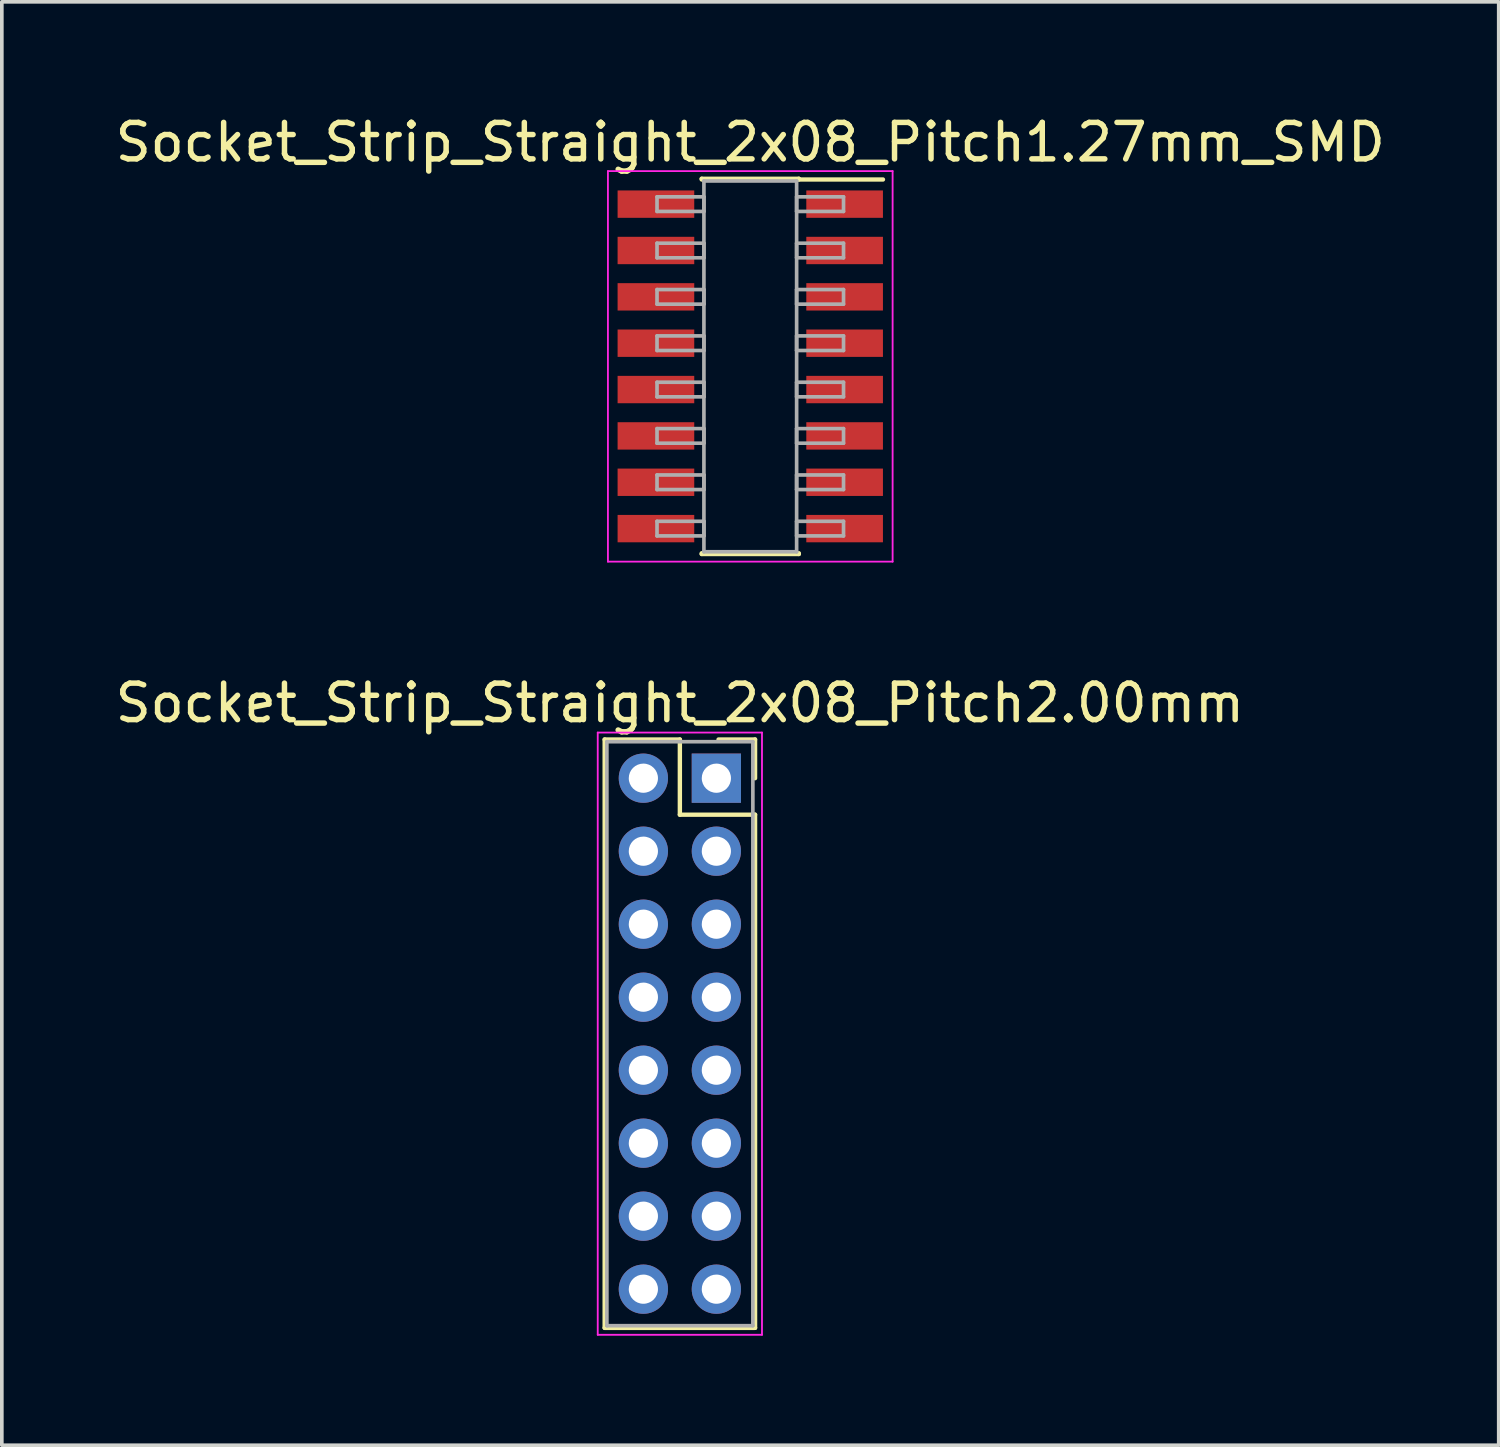
<source format=kicad_pcb>
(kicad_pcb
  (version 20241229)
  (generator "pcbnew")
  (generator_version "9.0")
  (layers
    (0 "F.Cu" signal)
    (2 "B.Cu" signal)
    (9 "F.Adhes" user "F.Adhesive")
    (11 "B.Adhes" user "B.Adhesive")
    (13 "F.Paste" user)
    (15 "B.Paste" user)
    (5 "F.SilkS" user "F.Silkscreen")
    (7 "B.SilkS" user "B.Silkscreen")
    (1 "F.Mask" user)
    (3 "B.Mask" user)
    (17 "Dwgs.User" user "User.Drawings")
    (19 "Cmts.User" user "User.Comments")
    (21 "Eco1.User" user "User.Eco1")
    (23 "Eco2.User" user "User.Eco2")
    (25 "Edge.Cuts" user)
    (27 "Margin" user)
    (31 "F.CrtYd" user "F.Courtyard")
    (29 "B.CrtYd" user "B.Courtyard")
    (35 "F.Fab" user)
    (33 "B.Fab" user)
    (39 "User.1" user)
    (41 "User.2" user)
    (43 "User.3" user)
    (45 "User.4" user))
  (footprint "Socket_Strip_Straight_2x08_Pitch2.00mm"
    (layer "F.Cu")
    (at 16.577 18.271)
    (property "Reference" "Socket_Strip_Straight_2x08_Pitch2.00mm" (at -1 -2.06 0) (layer "F.SilkS") (effects (font (size 1 1) (thickness 0.15))))
    (attr through_hole)
    (fp_line (start -3.06 -1.06) (end -1 -1.06) (stroke (width 0.12) (type solid)) (layer "F.SilkS"))
    (fp_line (start -3.06 15.06) (end -3.06 -1.06) (stroke (width 0.12) (type solid)) (layer "F.SilkS"))
    (fp_line (start -1 -1.06) (end -1 1) (stroke (width 0.12) (type solid)) (layer "F.SilkS"))
    (fp_line (start -1 1) (end 1.06 1) (stroke (width 0.12) (type solid)) (layer "F.SilkS"))
    (fp_line (start 1.06 -1.06) (end 0.06 -1.06) (stroke (width 0.12) (type solid)) (layer "F.SilkS"))
    (fp_line (start 1.06 0) (end 1.06 -1.06) (stroke (width 0.12) (type solid)) (layer "F.SilkS"))
    (fp_line (start 1.06 1) (end 1.06 15.06) (stroke (width 0.12) (type solid)) (layer "F.SilkS"))
    (fp_line (start 1.06 15.06) (end -3.06 15.06) (stroke (width 0.12) (type solid)) (layer "F.SilkS"))
    (fp_line (start -3.25 -1.25) (end -3.25 15.25) (stroke (width 0.05) (type solid)) (layer "F.CrtYd"))
    (fp_line (start -3.25 15.25) (end 1.25 15.25) (stroke (width 0.05) (type solid)) (layer "F.CrtYd"))
    (fp_line (start 1.25 -1.25) (end -3.25 -1.25) (stroke (width 0.05) (type solid)) (layer "F.CrtYd"))
    (fp_line (start 1.25 15.25) (end 1.25 -1.25) (stroke (width 0.05) (type solid)) (layer "F.CrtYd"))
    (fp_line (start -3 -1) (end -3 15) (stroke (width 0.1) (type solid)) (layer "F.Fab"))
    (fp_line (start -3 15) (end 1 15) (stroke (width 0.1) (type solid)) (layer "F.Fab"))
    (fp_line (start 1 -1) (end -3 -1) (stroke (width 0.1) (type solid)) (layer "F.Fab"))
    (fp_line (start 1 15) (end 1 -1) (stroke (width 0.1) (type solid)) (layer "F.Fab"))
    (pad "1" thru_hole rect (at 0 0) (size 1.35 1.35) (drill 0.8) (layers "*.Cu" "*.Mask"))
    (pad "2" thru_hole oval (at -2 0) (size 1.35 1.35) (drill 0.8) (layers "*.Cu" "*.Mask"))
    (pad "3" thru_hole oval (at 0 2) (size 1.35 1.35) (drill 0.8) (layers "*.Cu" "*.Mask"))
    (pad "4" thru_hole oval (at -2 2) (size 1.35 1.35) (drill 0.8) (layers "*.Cu" "*.Mask"))
    (pad "5" thru_hole oval (at 0 4) (size 1.35 1.35) (drill 0.8) (layers "*.Cu" "*.Mask"))
    (pad "6" thru_hole oval (at -2 4) (size 1.35 1.35) (drill 0.8) (layers "*.Cu" "*.Mask"))
    (pad "7" thru_hole oval (at 0 6) (size 1.35 1.35) (drill 0.8) (layers "*.Cu" "*.Mask"))
    (pad "8" thru_hole oval (at -2 6) (size 1.35 1.35) (drill 0.8) (layers "*.Cu" "*.Mask"))
    (pad "9" thru_hole oval (at 0 8) (size 1.35 1.35) (drill 0.8) (layers "*.Cu" "*.Mask"))
    (pad "10" thru_hole oval (at -2 8) (size 1.35 1.35) (drill 0.8) (layers "*.Cu" "*.Mask"))
    (pad "11" thru_hole oval (at 0 10) (size 1.35 1.35) (drill 0.8) (layers "*.Cu" "*.Mask"))
    (pad "12" thru_hole oval (at -2 10) (size 1.35 1.35) (drill 0.8) (layers "*.Cu" "*.Mask"))
    (pad "13" thru_hole oval (at 0 12) (size 1.35 1.35) (drill 0.8) (layers "*.Cu" "*.Mask"))
    (pad "14" thru_hole oval (at -2 12) (size 1.35 1.35) (drill 0.8) (layers "*.Cu" "*.Mask"))
    (pad "15" thru_hole oval (at 0 14) (size 1.35 1.35) (drill 0.8) (layers "*.Cu" "*.Mask"))
    (pad "16" thru_hole oval (at -2 14) (size 1.35 1.35) (drill 0.8) (layers "*.Cu" "*.Mask")))
  (footprint "Socket_Strip_Straight_2x08_Pitch1.27mm_SMD"
    (layer "F.Cu")
    (at 17.506 6.988)
    (property "Reference" "Socket_Strip_Straight_2x08_Pitch1.27mm_SMD" (at 0 -6.14 0) (layer "F.SilkS") (effects (font (size 1 1) (thickness 0.15))))
    (attr smd)
    (fp_line (start -1.33 -5.14) (end 1.33 -5.14) (stroke (width 0.12) (type solid)) (layer "F.SilkS"))
    (fp_line (start -1.33 -5.12) (end -1.33 -5.14) (stroke (width 0.12) (type solid)) (layer "F.SilkS"))
    (fp_line (start -1.33 5.12) (end -1.33 5.14) (stroke (width 0.12) (type solid)) (layer "F.SilkS"))
    (fp_line (start -1.33 5.14) (end 1.33 5.14) (stroke (width 0.12) (type solid)) (layer "F.SilkS"))
    (fp_line (start 1.33 -5.14) (end 1.33 -5.12) (stroke (width 0.12) (type solid)) (layer "F.SilkS"))
    (fp_line (start 1.33 5.14) (end 1.33 5.12) (stroke (width 0.12) (type solid)) (layer "F.SilkS"))
    (fp_line (start 3.635 -5.12) (end 1.33 -5.12) (stroke (width 0.12) (type solid)) (layer "F.SilkS"))
    (fp_line (start -3.9 -5.35) (end -3.9 5.35) (stroke (width 0.05) (type solid)) (layer "F.CrtYd"))
    (fp_line (start -3.9 5.35) (end 3.9 5.35) (stroke (width 0.05) (type solid)) (layer "F.CrtYd"))
    (fp_line (start 3.9 -5.35) (end -3.9 -5.35) (stroke (width 0.05) (type solid)) (layer "F.CrtYd"))
    (fp_line (start 3.9 5.35) (end 3.9 -5.35) (stroke (width 0.05) (type solid)) (layer "F.CrtYd"))
    (fp_line (start -2.555 -4.645) (end -1.27 -4.645) (stroke (width 0.1) (type solid)) (layer "F.Fab"))
    (fp_line (start -2.555 -4.245) (end -2.555 -4.645) (stroke (width 0.1) (type solid)) (layer "F.Fab"))
    (fp_line (start -2.555 -3.375) (end -1.27 -3.375) (stroke (width 0.1) (type solid)) (layer "F.Fab"))
    (fp_line (start -2.555 -2.975) (end -2.555 -3.375) (stroke (width 0.1) (type solid)) (layer "F.Fab"))
    (fp_line (start -2.555 -2.105) (end -1.27 -2.105) (stroke (width 0.1) (type solid)) (layer "F.Fab"))
    (fp_line (start -2.555 -1.705) (end -2.555 -2.105) (stroke (width 0.1) (type solid)) (layer "F.Fab"))
    (fp_line (start -2.555 -0.835) (end -1.27 -0.835) (stroke (width 0.1) (type solid)) (layer "F.Fab"))
    (fp_line (start -2.555 -0.435) (end -2.555 -0.835) (stroke (width 0.1) (type solid)) (layer "F.Fab"))
    (fp_line (start -2.555 0.435) (end -1.27 0.435) (stroke (width 0.1) (type solid)) (layer "F.Fab"))
    (fp_line (start -2.555 0.835) (end -2.555 0.435) (stroke (width 0.1) (type solid)) (layer "F.Fab"))
    (fp_line (start -2.555 1.705) (end -1.27 1.705) (stroke (width 0.1) (type solid)) (layer "F.Fab"))
    (fp_line (start -2.555 2.105) (end -2.555 1.705) (stroke (width 0.1) (type solid)) (layer "F.Fab"))
    (fp_line (start -2.555 2.975) (end -1.27 2.975) (stroke (width 0.1) (type solid)) (layer "F.Fab"))
    (fp_line (start -2.555 3.375) (end -2.555 2.975) (stroke (width 0.1) (type solid)) (layer "F.Fab"))
    (fp_line (start -2.555 4.245) (end -1.27 4.245) (stroke (width 0.1) (type solid)) (layer "F.Fab"))
    (fp_line (start -2.555 4.645) (end -2.555 4.245) (stroke (width 0.1) (type solid)) (layer "F.Fab"))
    (fp_line (start -1.27 -5.08) (end -1.27 5.08) (stroke (width 0.1) (type solid)) (layer "F.Fab"))
    (fp_line (start -1.27 -4.645) (end -1.27 -4.245) (stroke (width 0.1) (type solid)) (layer "F.Fab"))
    (fp_line (start -1.27 -4.245) (end -2.555 -4.245) (stroke (width 0.1) (type solid)) (layer "F.Fab"))
    (fp_line (start -1.27 -3.375) (end -1.27 -2.975) (stroke (width 0.1) (type solid)) (layer "F.Fab"))
    (fp_line (start -1.27 -2.975) (end -2.555 -2.975) (stroke (width 0.1) (type solid)) (layer "F.Fab"))
    (fp_line (start -1.27 -2.105) (end -1.27 -1.705) (stroke (width 0.1) (type solid)) (layer "F.Fab"))
    (fp_line (start -1.27 -1.705) (end -2.555 -1.705) (stroke (width 0.1) (type solid)) (layer "F.Fab"))
    (fp_line (start -1.27 -0.835) (end -1.27 -0.435) (stroke (width 0.1) (type solid)) (layer "F.Fab"))
    (fp_line (start -1.27 -0.435) (end -2.555 -0.435) (stroke (width 0.1) (type solid)) (layer "F.Fab"))
    (fp_line (start -1.27 0.435) (end -1.27 0.835) (stroke (width 0.1) (type solid)) (layer "F.Fab"))
    (fp_line (start -1.27 0.835) (end -2.555 0.835) (stroke (width 0.1) (type solid)) (layer "F.Fab"))
    (fp_line (start -1.27 1.705) (end -1.27 2.105) (stroke (width 0.1) (type solid)) (layer "F.Fab"))
    (fp_line (start -1.27 2.105) (end -2.555 2.105) (stroke (width 0.1) (type solid)) (layer "F.Fab"))
    (fp_line (start -1.27 2.975) (end -1.27 3.375) (stroke (width 0.1) (type solid)) (layer "F.Fab"))
    (fp_line (start -1.27 3.375) (end -2.555 3.375) (stroke (width 0.1) (type solid)) (layer "F.Fab"))
    (fp_line (start -1.27 4.245) (end -1.27 4.645) (stroke (width 0.1) (type solid)) (layer "F.Fab"))
    (fp_line (start -1.27 4.645) (end -2.555 4.645) (stroke (width 0.1) (type solid)) (layer "F.Fab"))
    (fp_line (start -1.27 5.08) (end 1.27 5.08) (stroke (width 0.1) (type solid)) (layer "F.Fab"))
    (fp_line (start 1.27 -5.08) (end -1.27 -5.08) (stroke (width 0.1) (type solid)) (layer "F.Fab"))
    (fp_line (start 1.27 -4.645) (end 1.27 -4.245) (stroke (width 0.1) (type solid)) (layer "F.Fab"))
    (fp_line (start 1.27 -4.245) (end 2.555 -4.245) (stroke (width 0.1) (type solid)) (layer "F.Fab"))
    (fp_line (start 1.27 -3.375) (end 1.27 -2.975) (stroke (width 0.1) (type solid)) (layer "F.Fab"))
    (fp_line (start 1.27 -2.975) (end 2.555 -2.975) (stroke (width 0.1) (type solid)) (layer "F.Fab"))
    (fp_line (start 1.27 -2.105) (end 1.27 -1.705) (stroke (width 0.1) (type solid)) (layer "F.Fab"))
    (fp_line (start 1.27 -1.705) (end 2.555 -1.705) (stroke (width 0.1) (type solid)) (layer "F.Fab"))
    (fp_line (start 1.27 -0.835) (end 1.27 -0.435) (stroke (width 0.1) (type solid)) (layer "F.Fab"))
    (fp_line (start 1.27 -0.435) (end 2.555 -0.435) (stroke (width 0.1) (type solid)) (layer "F.Fab"))
    (fp_line (start 1.27 0.435) (end 1.27 0.835) (stroke (width 0.1) (type solid)) (layer "F.Fab"))
    (fp_line (start 1.27 0.835) (end 2.555 0.835) (stroke (width 0.1) (type solid)) (layer "F.Fab"))
    (fp_line (start 1.27 1.705) (end 1.27 2.105) (stroke (width 0.1) (type solid)) (layer "F.Fab"))
    (fp_line (start 1.27 2.105) (end 2.555 2.105) (stroke (width 0.1) (type solid)) (layer "F.Fab"))
    (fp_line (start 1.27 2.975) (end 1.27 3.375) (stroke (width 0.1) (type solid)) (layer "F.Fab"))
    (fp_line (start 1.27 3.375) (end 2.555 3.375) (stroke (width 0.1) (type solid)) (layer "F.Fab"))
    (fp_line (start 1.27 4.245) (end 1.27 4.645) (stroke (width 0.1) (type solid)) (layer "F.Fab"))
    (fp_line (start 1.27 4.645) (end 2.555 4.645) (stroke (width 0.1) (type solid)) (layer "F.Fab"))
    (fp_line (start 1.27 5.08) (end 1.27 -5.08) (stroke (width 0.1) (type solid)) (layer "F.Fab"))
    (fp_line (start 2.555 -4.645) (end 1.27 -4.645) (stroke (width 0.1) (type solid)) (layer "F.Fab"))
    (fp_line (start 2.555 -4.245) (end 2.555 -4.645) (stroke (width 0.1) (type solid)) (layer "F.Fab"))
    (fp_line (start 2.555 -3.375) (end 1.27 -3.375) (stroke (width 0.1) (type solid)) (layer "F.Fab"))
    (fp_line (start 2.555 -2.975) (end 2.555 -3.375) (stroke (width 0.1) (type solid)) (layer "F.Fab"))
    (fp_line (start 2.555 -2.105) (end 1.27 -2.105) (stroke (width 0.1) (type solid)) (layer "F.Fab"))
    (fp_line (start 2.555 -1.705) (end 2.555 -2.105) (stroke (width 0.1) (type solid)) (layer "F.Fab"))
    (fp_line (start 2.555 -0.835) (end 1.27 -0.835) (stroke (width 0.1) (type solid)) (layer "F.Fab"))
    (fp_line (start 2.555 -0.435) (end 2.555 -0.835) (stroke (width 0.1) (type solid)) (layer "F.Fab"))
    (fp_line (start 2.555 0.435) (end 1.27 0.435) (stroke (width 0.1) (type solid)) (layer "F.Fab"))
    (fp_line (start 2.555 0.835) (end 2.555 0.435) (stroke (width 0.1) (type solid)) (layer "F.Fab"))
    (fp_line (start 2.555 1.705) (end 1.27 1.705) (stroke (width 0.1) (type solid)) (layer "F.Fab"))
    (fp_line (start 2.555 2.105) (end 2.555 1.705) (stroke (width 0.1) (type solid)) (layer "F.Fab"))
    (fp_line (start 2.555 2.975) (end 1.27 2.975) (stroke (width 0.1) (type solid)) (layer "F.Fab"))
    (fp_line (start 2.555 3.375) (end 2.555 2.975) (stroke (width 0.1) (type solid)) (layer "F.Fab"))
    (fp_line (start 2.555 4.245) (end 1.27 4.245) (stroke (width 0.1) (type solid)) (layer "F.Fab"))
    (fp_line (start 2.555 4.645) (end 2.555 4.245) (stroke (width 0.1) (type solid)) (layer "F.Fab"))
    (pad "1" smd rect (at 2.585 -4.445) (size 2.1 0.75) (layers "F.Cu" "F.Mask"))
    (pad "2" smd rect (at -2.585 -4.445) (size 2.1 0.75) (layers "F.Cu" "F.Mask"))
    (pad "3" smd rect (at 2.585 -3.175) (size 2.1 0.75) (layers "F.Cu" "F.Mask"))
    (pad "4" smd rect (at -2.585 -3.175) (size 2.1 0.75) (layers "F.Cu" "F.Mask"))
    (pad "5" smd rect (at 2.585 -1.905) (size 2.1 0.75) (layers "F.Cu" "F.Mask"))
    (pad "6" smd rect (at -2.585 -1.905) (size 2.1 0.75) (layers "F.Cu" "F.Mask"))
    (pad "7" smd rect (at 2.585 -0.635) (size 2.1 0.75) (layers "F.Cu" "F.Mask"))
    (pad "8" smd rect (at -2.585 -0.635) (size 2.1 0.75) (layers "F.Cu" "F.Mask"))
    (pad "9" smd rect (at 2.585 0.635) (size 2.1 0.75) (layers "F.Cu" "F.Mask"))
    (pad "10" smd rect (at -2.585 0.635) (size 2.1 0.75) (layers "F.Cu" "F.Mask"))
    (pad "11" smd rect (at 2.585 1.905) (size 2.1 0.75) (layers "F.Cu" "F.Mask"))
    (pad "12" smd rect (at -2.585 1.905) (size 2.1 0.75) (layers "F.Cu" "F.Mask"))
    (pad "13" smd rect (at 2.585 3.175) (size 2.1 0.75) (layers "F.Cu" "F.Mask"))
    (pad "14" smd rect (at -2.585 3.175) (size 2.1 0.75) (layers "F.Cu" "F.Mask"))
    (pad "15" smd rect (at 2.585 4.445) (size 2.1 0.75) (layers "F.Cu" "F.Mask"))
    (pad "16" smd rect (at -2.585 4.445) (size 2.1 0.75) (layers "F.Cu" "F.Mask")))
  (gr_rect
    (start -3 -3)
    (end 38.012 36.547)
    (stroke (width 0.1) (type default))
    (fill no)
    (layer "Edge.Cuts")))
</source>
